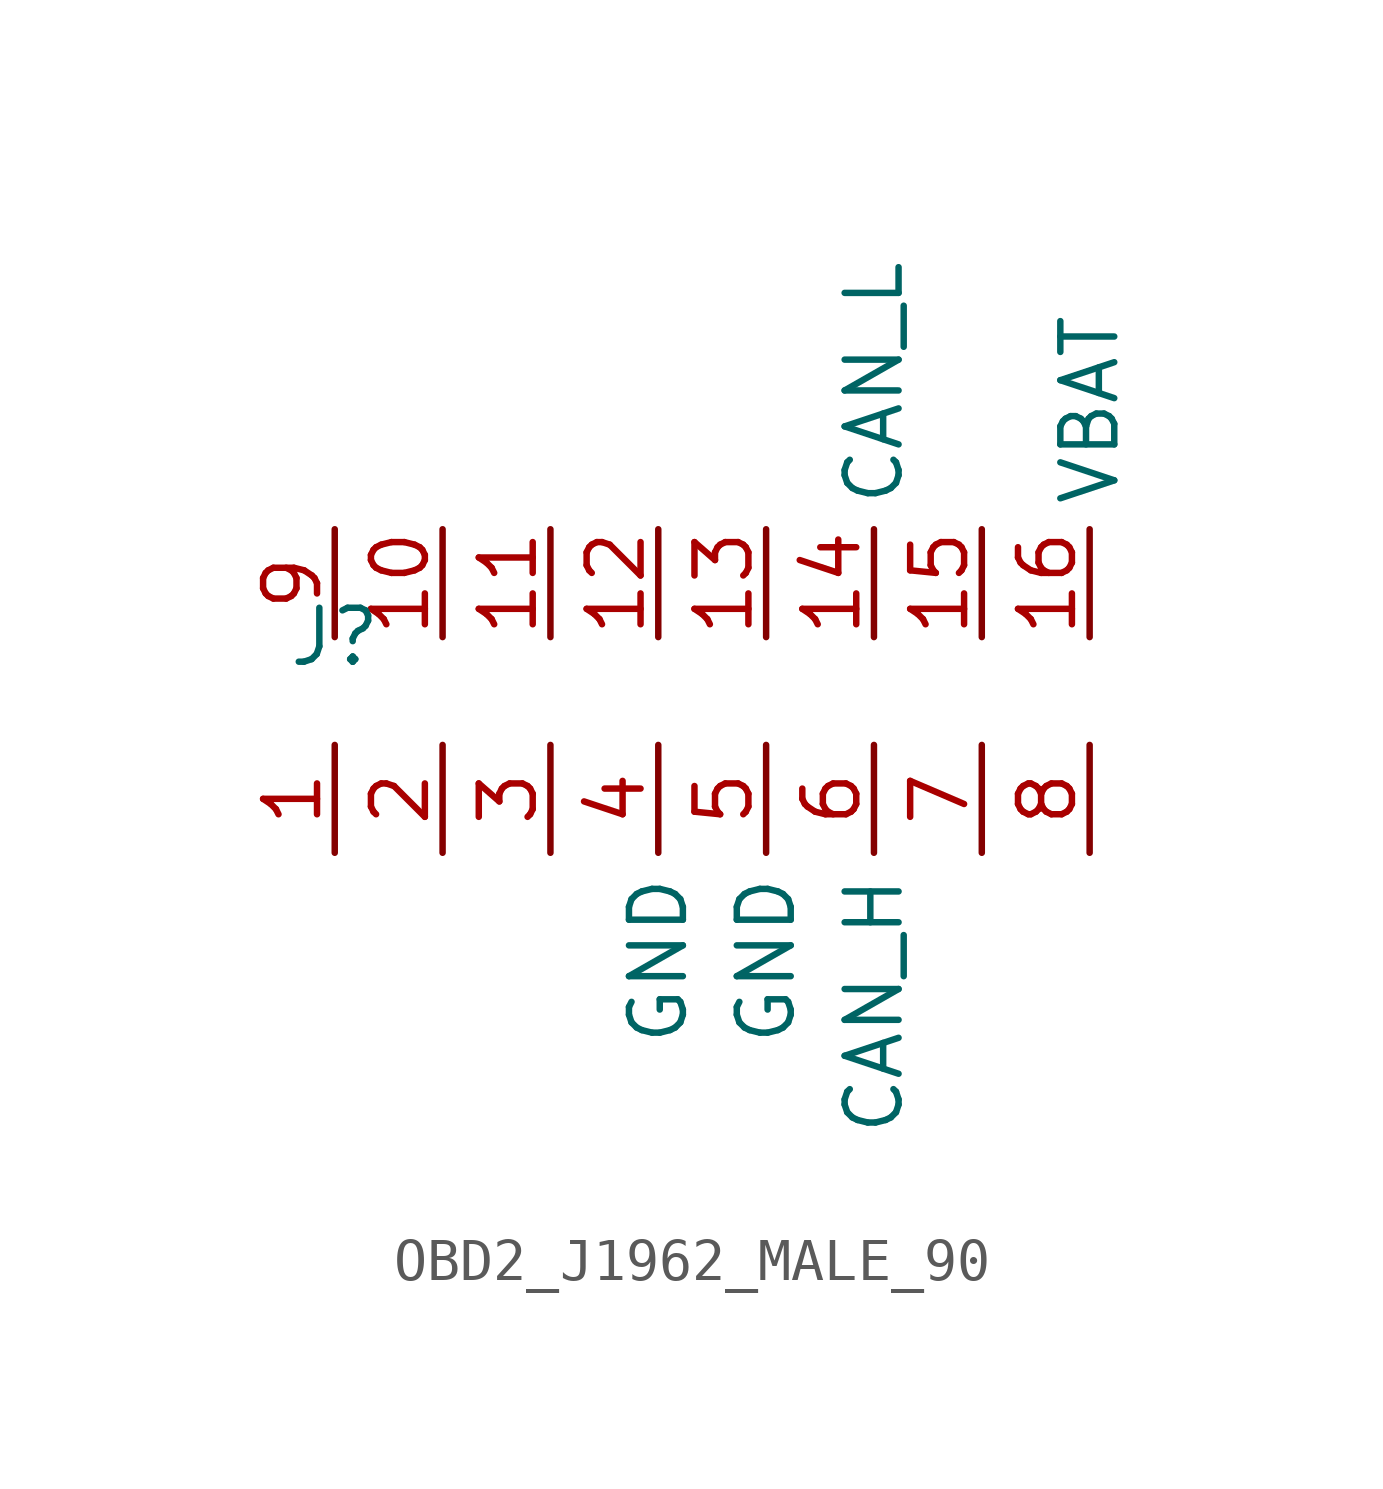
<source format=kicad_sym>
(kicad_symbol_lib
  (version 20241209)
  (generator "kicad_symbol_editor")
  (generator_version "9.0")
  (symbol "OBD2_J1962_MALE_90"
    (property "Reference" "J"
      (at 0 0 0)
      (effects (font (size 1.27 1.27))))
    (property "Value" ""
      (at 0 0 0)
      (effects (font (size 1.27 1.27))))
    (symbol "OBD2_J1962_MALE_90_0_0"
      (pin passive line (at 0 0 90) (length 2.54) (name "" (effects (font (size 1.27 1.27)))) (number "9" (effects (font (size 1.27 1.27)))))
      (pin passive line (at 0 -2.54 270) (length 2.54) (name "" (effects (font (size 1.27 1.27)))) (number "1" (effects (font (size 1.27 1.27)))))
      (pin passive line (at 2.54 0 90) (length 2.54) (name "" (effects (font (size 1.27 1.27)))) (number "10" (effects (font (size 1.27 1.27)))))
      (pin passive line (at 2.54 -2.54 270) (length 2.54) (name "" (effects (font (size 1.27 1.27)))) (number "2" (effects (font (size 1.27 1.27)))))
      (pin passive line (at 5.08 0 90) (length 2.54) (name "" (effects (font (size 1.27 1.27)))) (number "11" (effects (font (size 1.27 1.27)))))
      (pin passive line (at 5.08 -2.54 270) (length 2.54) (name "" (effects (font (size 1.27 1.27)))) (number "3" (effects (font (size 1.27 1.27)))))
      (pin passive line (at 7.62 0 90) (length 2.54) (name "" (effects (font (size 1.27 1.27)))) (number "12" (effects (font (size 1.27 1.27)))))
      (pin passive line (at 7.62 -2.54 270) (length 2.54) (name "GND" (effects (font (size 1.27 1.27)))) (number "4" (effects (font (size 1.27 1.27)))))
      (pin passive line (at 10.16 0 90) (length 2.54) (name "" (effects (font (size 1.27 1.27)))) (number "13" (effects (font (size 1.27 1.27)))))
      (pin passive line (at 10.16 -2.54 270) (length 2.54) (name "GND" (effects (font (size 1.27 1.27)))) (number "5" (effects (font (size 1.27 1.27)))))
      (pin passive line (at 12.7 0 90) (length 2.54) (name "CAN_L" (effects (font (size 1.27 1.27)))) (number "14" (effects (font (size 1.27 1.27)))))
      (pin passive line (at 12.7 -2.54 270) (length 2.54) (name "CAN_H" (effects (font (size 1.27 1.27)))) (number "6" (effects (font (size 1.27 1.27)))))
      (pin passive line (at 15.24 0 90) (length 2.54) (name "" (effects (font (size 1.27 1.27)))) (number "15" (effects (font (size 1.27 1.27)))))
      (pin passive line (at 15.24 -2.54 270) (length 2.54) (name "" (effects (font (size 1.27 1.27)))) (number "7" (effects (font (size 1.27 1.27)))))
      (pin passive line (at 17.78 0 90) (length 2.54) (name "VBAT" (effects (font (size 1.27 1.27)))) (number "16" (effects (font (size 1.27 1.27)))))
      (pin passive line (at 17.78 -2.54 270) (length 2.54) (name "" (effects (font (size 1.27 1.27)))) (number "8" (effects (font (size 1.27 1.27))))))))
</source>
